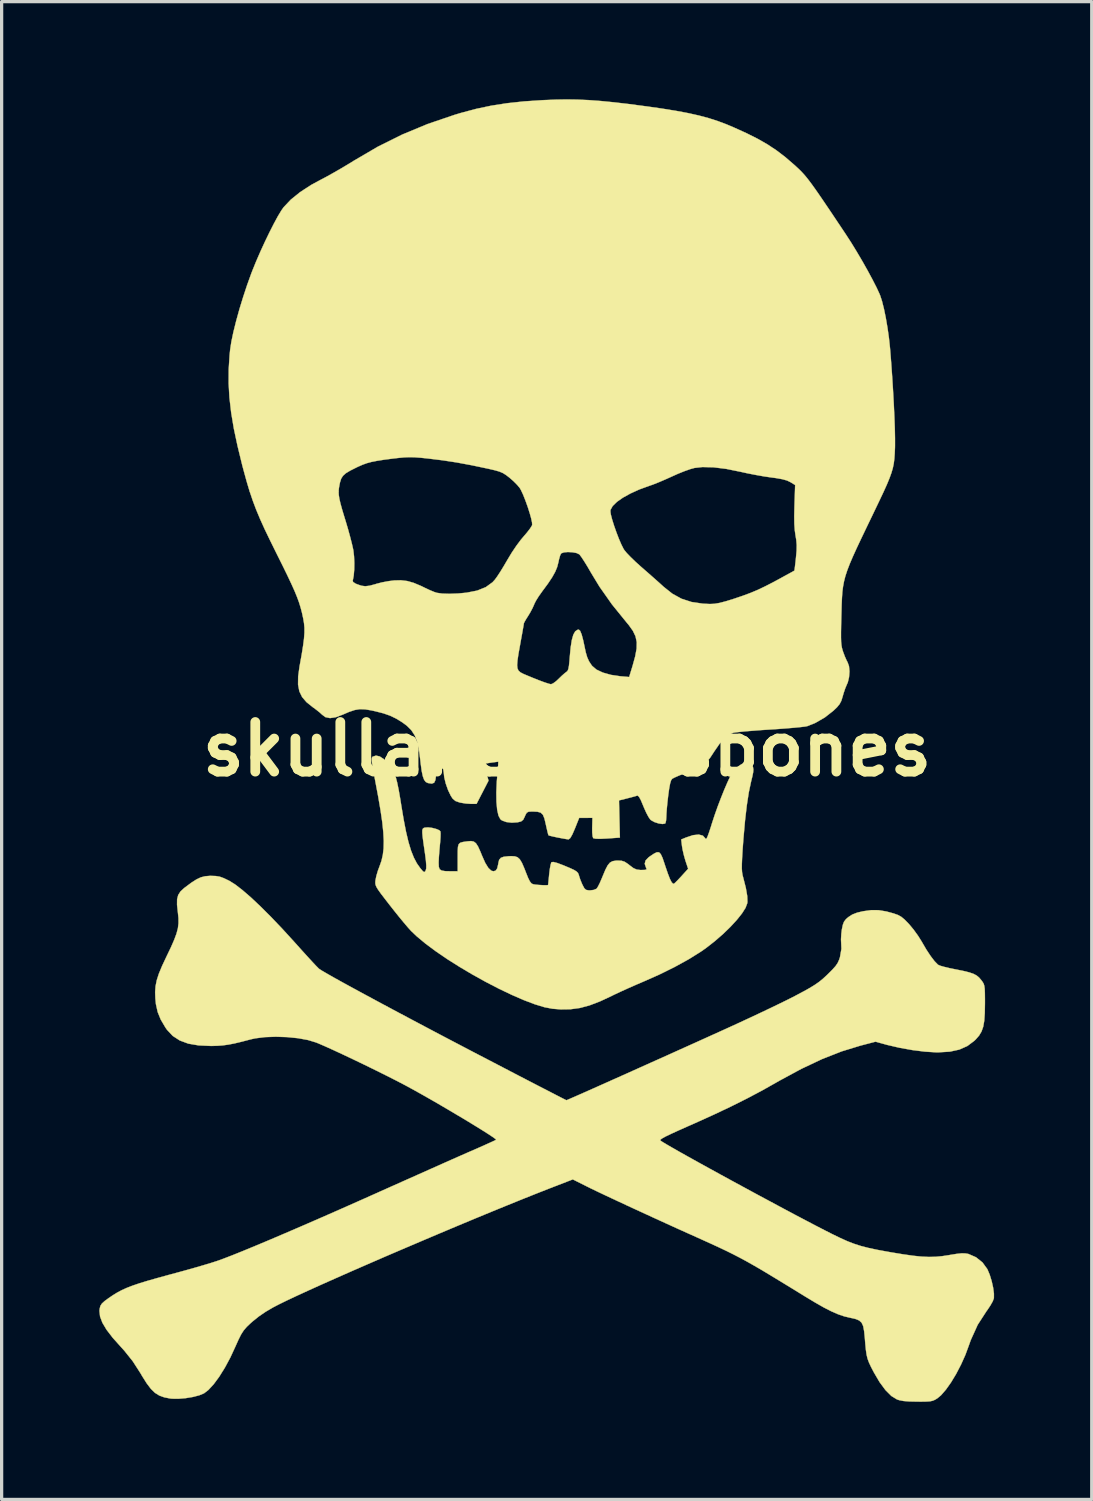
<source format=kicad_pcb>
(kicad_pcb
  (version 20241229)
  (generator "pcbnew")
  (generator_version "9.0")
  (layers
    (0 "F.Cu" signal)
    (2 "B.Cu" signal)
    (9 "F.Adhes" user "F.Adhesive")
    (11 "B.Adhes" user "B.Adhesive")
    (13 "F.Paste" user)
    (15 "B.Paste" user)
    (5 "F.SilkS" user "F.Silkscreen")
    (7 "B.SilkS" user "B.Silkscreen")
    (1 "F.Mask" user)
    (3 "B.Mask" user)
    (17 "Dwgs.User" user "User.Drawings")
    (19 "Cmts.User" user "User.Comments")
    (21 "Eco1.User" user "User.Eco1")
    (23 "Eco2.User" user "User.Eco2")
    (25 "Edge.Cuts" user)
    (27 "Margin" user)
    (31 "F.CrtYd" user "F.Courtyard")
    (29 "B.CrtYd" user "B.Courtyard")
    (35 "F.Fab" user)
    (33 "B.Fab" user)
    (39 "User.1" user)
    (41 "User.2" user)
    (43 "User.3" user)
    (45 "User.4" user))
  (footprint "skullandcrossbones"
    (layer "F.Cu")
    (at 14.372 19.966)
    (property "Reference" "skullandcrossbones" (at 0 0 0) (layer "F.SilkS") (effects (font (size 1.524 1.524) (thickness 0.3))))
    (attr through_hole)
    (fp_poly (pts (xy -5.756 0.223) (xy -5.618 0.314) (xy -5.547 0.377) (xy -5.459 0.468) (xy -5.386 0.567) (xy -5.324 0.684) (xy -5.271 0.831) (xy -5.222 1.018) (xy -5.173 1.256) (xy -5.121 1.556) (xy -5.097 1.711) (xy -5.022 2.158) (xy -4.949 2.535) (xy -4.874 2.851) (xy -4.795 3.113) (xy -4.709 3.329) (xy -4.615 3.508) (xy -4.509 3.658) (xy -4.499 3.67) (xy -4.429 3.751) (xy -4.389 3.776) (xy -4.361 3.754) (xy -4.344 3.724) (xy -4.328 3.667) (xy -4.326 3.572) (xy -4.337 3.427) (xy -4.363 3.222) (xy -4.378 3.121) (xy -4.413 2.876) (xy -4.437 2.697) (xy -4.448 2.574) (xy -4.448 2.494) (xy -4.435 2.448) (xy -4.41 2.424) (xy -4.372 2.41) (xy -4.37 2.41) (xy -4.271 2.403) (xy -4.147 2.418) (xy -4.024 2.45) (xy -3.929 2.49) (xy -3.892 2.525) (xy -3.886 2.588) (xy -3.889 2.707) (xy -3.9 2.862) (xy -3.908 2.942) (xy -3.925 3.131) (xy -3.939 3.317) (xy -3.946 3.468) (xy -3.946 3.503) (xy -3.941 3.616) (xy -3.915 3.689) (xy -3.854 3.729) (xy -3.745 3.747) (xy -3.571 3.751) (xy -3.566 3.751) (xy -3.361 3.751) (xy -3.361 3.326) (xy -3.36 3.132) (xy -3.353 3.002) (xy -3.331 2.921) (xy -3.284 2.876) (xy -3.204 2.852) (xy -3.083 2.834) (xy -3.058 2.831) (xy -2.95 2.823) (xy -2.867 2.839) (xy -2.8 2.89) (xy -2.737 2.987) (xy -2.667 3.14) (xy -2.617 3.263) (xy -2.515 3.493) (xy -2.419 3.648) (xy -2.329 3.733) (xy -2.262 3.751) (xy -2.193 3.731) (xy -2.147 3.662) (xy -2.116 3.531) (xy -2.112 3.499) (xy -2.088 3.401) (xy -2.037 3.339) (xy -1.946 3.305) (xy -1.799 3.289) (xy -1.716 3.286) (xy -1.607 3.292) (xy -1.523 3.32) (xy -1.453 3.383) (xy -1.387 3.492) (xy -1.315 3.658) (xy -1.268 3.779) (xy -1.199 3.952) (xy -1.144 4.062) (xy -1.094 4.124) (xy -1.048 4.148) (xy -0.973 4.161) (xy -0.864 4.171) (xy -0.746 4.178) (xy -0.645 4.18) (xy -0.588 4.175) (xy -0.584 4.171) (xy -0.579 4.131) (xy -0.569 4.031) (xy -0.555 3.891) (xy -0.55 3.837) (xy -0.531 3.683) (xy -0.508 3.557) (xy -0.486 3.482) (xy -0.479 3.473) (xy -0.424 3.465) (xy -0.306 3.495) (xy -0.123 3.564) (xy -0.093 3.576) (xy 0.09 3.653) (xy 0.213 3.71) (xy 0.289 3.757) (xy 0.334 3.803) (xy 0.358 3.857) (xy 0.37 3.9) (xy 0.403 4.001) (xy 0.455 4.128) (xy 0.475 4.171) (xy 0.529 4.273) (xy 0.583 4.322) (xy 0.661 4.337) (xy 0.704 4.338) (xy 0.817 4.324) (xy 0.901 4.289) (xy 0.91 4.282) (xy 0.949 4.221) (xy 1.006 4.108) (xy 1.069 3.962) (xy 1.094 3.901) (xy 1.177 3.703) (xy 1.247 3.569) (xy 1.317 3.485) (xy 1.398 3.441) (xy 1.502 3.424) (xy 1.552 3.422) (xy 1.673 3.428) (xy 1.769 3.459) (xy 1.873 3.528) (xy 1.92 3.566) (xy 2.038 3.654) (xy 2.138 3.698) (xy 2.251 3.712) (xy 2.282 3.712) (xy 2.391 3.709) (xy 2.437 3.696) (xy 2.437 3.662) (xy 2.424 3.637) (xy 2.385 3.521) (xy 2.41 3.421) (xy 2.504 3.323) (xy 2.552 3.288) (xy 2.672 3.208) (xy 2.76 3.166) (xy 2.825 3.169) (xy 2.878 3.224) (xy 2.931 3.337) (xy 2.992 3.516) (xy 3.015 3.587) (xy 3.095 3.821) (xy 3.159 3.986) (xy 3.211 4.087) (xy 3.255 4.132) (xy 3.283 4.134) (xy 3.321 4.101) (xy 3.396 4.026) (xy 3.494 3.922) (xy 3.515 3.899) (xy 3.719 3.674) (xy 3.636 3.426) (xy 3.588 3.258) (xy 3.548 3.083) (xy 3.53 2.976) (xy 3.506 2.775) (xy 3.65 2.715) (xy 3.868 2.642) (xy 4.044 2.623) (xy 4.172 2.657) (xy 4.245 2.739) (xy 4.263 2.76) (xy 4.286 2.743) (xy 4.317 2.679) (xy 4.36 2.56) (xy 4.42 2.378) (xy 4.45 2.28) (xy 4.533 2.027) (xy 4.627 1.761) (xy 4.728 1.497) (xy 4.829 1.245) (xy 4.926 1.02) (xy 5.013 0.834) (xy 5.085 0.698) (xy 5.13 0.634) (xy 5.211 0.563) (xy 5.322 0.485) (xy 5.44 0.413) (xy 5.539 0.364) (xy 5.587 0.352) (xy 5.629 0.384) (xy 5.678 0.465) (xy 5.688 0.489) (xy 5.713 0.558) (xy 5.723 0.626) (xy 5.716 0.713) (xy 5.691 0.837) (xy 5.65 1.006) (xy 5.582 1.327) (xy 5.521 1.725) (xy 5.466 2.199) (xy 5.417 2.749) (xy 5.392 3.087) (xy 5.377 3.338) (xy 5.369 3.526) (xy 5.368 3.667) (xy 5.375 3.777) (xy 5.391 3.871) (xy 5.411 3.947) (xy 5.491 4.261) (xy 5.534 4.511) (xy 5.54 4.694) (xy 5.534 4.736) (xy 5.481 4.876) (xy 5.371 5.049) (xy 5.213 5.246) (xy 5.017 5.459) (xy 4.791 5.678) (xy 4.544 5.893) (xy 4.285 6.096) (xy 4.123 6.211) (xy 3.747 6.447) (xy 3.312 6.687) (xy 2.835 6.923) (xy 2.364 7.132) (xy 2.123 7.235) (xy 1.874 7.345) (xy 1.64 7.451) (xy 1.444 7.543) (xy 1.368 7.581) (xy 1.006 7.75) (xy 0.686 7.872) (xy 0.391 7.951) (xy 0.102 7.99) (xy -0.197 7.994) (xy -0.449 7.974) (xy -0.695 7.927) (xy -0.991 7.837) (xy -1.329 7.709) (xy -1.699 7.548) (xy -2.091 7.361) (xy -2.495 7.152) (xy -2.901 6.927) (xy -3.299 6.691) (xy -3.681 6.45) (xy -4.035 6.208) (xy -4.352 5.972) (xy -4.622 5.747) (xy -4.794 5.583) (xy -4.884 5.483) (xy -5.01 5.335) (xy -5.159 5.155) (xy -5.318 4.956) (xy -5.451 4.787) (xy -5.609 4.583) (xy -5.726 4.43) (xy -5.806 4.317) (xy -5.856 4.235) (xy -5.883 4.171) (xy -5.892 4.116) (xy -5.89 4.058) (xy -5.886 4.025) (xy -5.86 3.895) (xy -5.812 3.732) (xy -5.761 3.595) (xy -5.702 3.428) (xy -5.661 3.248) (xy -5.637 3.048) (xy -5.632 2.819) (xy -5.646 2.553) (xy -5.678 2.243) (xy -5.731 1.881) (xy -5.803 1.459) (xy -5.889 1.003) (xy -5.938 0.743) (xy -5.973 0.549) (xy -5.994 0.412) (xy -6.001 0.32) (xy -5.997 0.266) (xy -5.983 0.237) (xy -5.976 0.232) (xy -5.871 0.197) (xy -5.756 0.223)) (stroke (width 0.01) (type solid)) (fill yes) (layer "F.SilkS"))
    (fp_poly (pts (xy -10.791 3.897) (xy -10.672 3.917) (xy -10.548 3.962) (xy -10.39 4.038) (xy -10.381 4.042) (xy -10.201 4.154) (xy -9.979 4.325) (xy -9.718 4.55) (xy -9.424 4.827) (xy -9.101 5.149) (xy -8.752 5.515) (xy -8.383 5.919) (xy -8.329 5.979) (xy -8.148 6.181) (xy -7.981 6.365) (xy -7.836 6.523) (xy -7.722 6.645) (xy -7.645 6.724) (xy -7.618 6.749) (xy -7.53 6.806) (xy -7.377 6.895) (xy -7.165 7.016) (xy -6.897 7.165) (xy -6.579 7.339) (xy -6.216 7.536) (xy -5.812 7.754) (xy -5.372 7.99) (xy -4.902 8.24) (xy -4.404 8.504) (xy -3.886 8.778) (xy -3.35 9.059) (xy -2.825 9.334) (xy -2.392 9.559) (xy -1.979 9.774) (xy -1.592 9.976) (xy -1.235 10.161) (xy -0.913 10.328) (xy -0.633 10.472) (xy -0.399 10.593) (xy -0.217 10.687) (xy -0.091 10.751) (xy -0.027 10.782) (xy -0.02 10.785) (xy 0.019 10.77) (xy 0.124 10.724) (xy 0.289 10.652) (xy 0.507 10.556) (xy 0.773 10.438) (xy 1.08 10.301) (xy 1.424 10.147) (xy 1.798 9.98) (xy 2.196 9.801) (xy 2.612 9.614) (xy 3.041 9.422) (xy 3.477 9.225) (xy 3.913 9.029) (xy 4.344 8.834) (xy 4.764 8.644) (xy 4.885 8.589) (xy 5.235 8.429) (xy 5.591 8.264) (xy 5.94 8.1) (xy 6.27 7.943) (xy 6.568 7.799) (xy 6.821 7.674) (xy 7.015 7.575) (xy 7.024 7.57) (xy 7.272 7.438) (xy 7.465 7.33) (xy 7.617 7.236) (xy 7.743 7.148) (xy 7.857 7.055) (xy 7.975 6.947) (xy 8.008 6.915) (xy 8.152 6.771) (xy 8.25 6.661) (xy 8.314 6.566) (xy 8.358 6.468) (xy 8.383 6.392) (xy 8.428 6.134) (xy 8.422 5.985) (xy 8.415 5.844) (xy 8.425 5.67) (xy 8.441 5.541) (xy 8.472 5.394) (xy 8.509 5.298) (xy 8.567 5.223) (xy 8.639 5.16) (xy 8.762 5.08) (xy 8.912 5.022) (xy 9.095 4.979) (xy 9.341 4.945) (xy 9.569 4.946) (xy 9.809 4.986) (xy 10.03 5.046) (xy 10.16 5.092) (xy 10.264 5.148) (xy 10.365 5.231) (xy 10.487 5.356) (xy 10.508 5.378) (xy 10.645 5.543) (xy 10.785 5.737) (xy 10.899 5.919) (xy 10.907 5.934) (xy 11.037 6.157) (xy 11.167 6.354) (xy 11.286 6.51) (xy 11.386 6.613) (xy 11.405 6.628) (xy 11.47 6.655) (xy 11.594 6.69) (xy 11.758 6.729) (xy 11.922 6.762) (xy 12.167 6.811) (xy 12.35 6.856) (xy 12.483 6.901) (xy 12.581 6.953) (xy 12.658 7.017) (xy 12.724 7.095) (xy 12.768 7.155) (xy 12.799 7.209) (xy 12.818 7.273) (xy 12.83 7.362) (xy 12.835 7.49) (xy 12.837 7.673) (xy 12.837 7.812) (xy 12.832 8.109) (xy 12.816 8.342) (xy 12.784 8.526) (xy 12.732 8.673) (xy 12.657 8.799) (xy 12.554 8.917) (xy 12.507 8.962) (xy 12.297 9.119) (xy 12.052 9.228) (xy 11.76 9.292) (xy 11.413 9.313) (xy 11.332 9.313) (xy 10.993 9.292) (xy 10.611 9.244) (xy 10.214 9.173) (xy 9.83 9.084) (xy 9.769 9.067) (xy 9.476 8.986) (xy 9.009 9.108) (xy 8.437 9.283) (xy 7.834 9.52) (xy 7.196 9.821) (xy 6.52 10.186) (xy 6.428 10.239) (xy 5.988 10.487) (xy 5.529 10.73) (xy 5.039 10.975) (xy 4.505 11.228) (xy 3.913 11.496) (xy 3.704 11.588) (xy 3.414 11.717) (xy 3.191 11.819) (xy 3.029 11.897) (xy 2.924 11.955) (xy 2.87 11.994) (xy 2.862 12.018) (xy 2.864 12.02) (xy 2.922 12.061) (xy 3.043 12.134) (xy 3.22 12.237) (xy 3.446 12.366) (xy 3.715 12.517) (xy 4.021 12.687) (xy 4.356 12.872) (xy 4.714 13.069) (xy 5.09 13.274) (xy 5.475 13.483) (xy 5.864 13.694) (xy 6.25 13.901) (xy 6.626 14.103) (xy 6.986 14.295) (xy 7.324 14.473) (xy 7.633 14.635) (xy 7.906 14.776) (xy 8.128 14.889) (xy 8.383 15.013) (xy 8.606 15.114) (xy 8.816 15.195) (xy 9.03 15.264) (xy 9.264 15.324) (xy 9.537 15.382) (xy 9.866 15.442) (xy 9.961 15.459) (xy 10.325 15.519) (xy 10.628 15.562) (xy 10.885 15.589) (xy 11.11 15.599) (xy 11.318 15.595) (xy 11.525 15.575) (xy 11.744 15.542) (xy 11.762 15.538) (xy 11.966 15.505) (xy 12.114 15.489) (xy 12.225 15.49) (xy 12.319 15.505) (xy 12.333 15.509) (xy 12.562 15.609) (xy 12.761 15.768) (xy 12.908 15.97) (xy 12.915 15.982) (xy 12.984 16.147) (xy 13.044 16.343) (xy 13.089 16.545) (xy 13.113 16.726) (xy 13.112 16.864) (xy 13.11 16.872) (xy 13.076 16.963) (xy 13.005 17.089) (xy 12.912 17.229) (xy 12.886 17.263) (xy 12.615 17.682) (xy 12.401 18.154) (xy 12.347 18.306) (xy 12.237 18.605) (xy 12.103 18.904) (xy 11.953 19.192) (xy 11.795 19.454) (xy 11.637 19.677) (xy 11.487 19.849) (xy 11.377 19.941) (xy 11.304 19.986) (xy 11.235 20.016) (xy 11.154 20.034) (xy 11.042 20.042) (xy 10.879 20.045) (xy 10.757 20.044) (xy 10.516 20.039) (xy 10.336 20.025) (xy 10.203 19.999) (xy 10.134 19.976) (xy 9.961 19.87) (xy 9.782 19.691) (xy 9.6 19.445) (xy 9.425 19.146) (xy 9.338 18.979) (xy 9.275 18.845) (xy 9.231 18.726) (xy 9.201 18.602) (xy 9.179 18.451) (xy 9.16 18.255) (xy 9.148 18.102) (xy 9.126 17.882) (xy 9.097 17.725) (xy 9.049 17.62) (xy 8.974 17.551) (xy 8.861 17.505) (xy 8.7 17.468) (xy 8.695 17.467) (xy 8.513 17.424) (xy 8.325 17.36) (xy 8.119 17.27) (xy 7.884 17.15) (xy 7.608 16.992) (xy 7.327 16.823) (xy 6.913 16.568) (xy 6.556 16.35) (xy 6.248 16.163) (xy 5.979 16.001) (xy 5.739 15.862) (xy 5.52 15.738) (xy 5.313 15.626) (xy 5.108 15.52) (xy 4.897 15.415) (xy 4.669 15.307) (xy 4.417 15.191) (xy 4.13 15.061) (xy 3.8 14.912) (xy 3.79 14.908) (xy 3.414 14.739) (xy 3.023 14.561) (xy 2.627 14.38) (xy 2.236 14.2) (xy 1.86 14.027) (xy 1.509 13.863) (xy 1.193 13.715) (xy 0.921 13.586) (xy 0.705 13.482) (xy 0.599 13.429) (xy 0.176 13.217) (xy -0.513 13.483) (xy -0.915 13.641) (xy -1.357 13.817) (xy -1.833 14.01) (xy -2.337 14.216) (xy -2.864 14.434) (xy -3.405 14.66) (xy -3.956 14.892) (xy -4.51 15.127) (xy -5.061 15.362) (xy -5.602 15.594) (xy -6.127 15.822) (xy -6.631 16.042) (xy -7.106 16.252) (xy -7.547 16.448) (xy -7.947 16.629) (xy -8.3 16.791) (xy -8.6 16.932) (xy -8.841 17.05) (xy -9.016 17.14) (xy -9.027 17.146) (xy -9.266 17.286) (xy -9.467 17.424) (xy -9.664 17.582) (xy -9.73 17.641) (xy -9.844 17.749) (xy -9.935 17.856) (xy -10.016 17.982) (xy -10.098 18.146) (xy -10.188 18.347) (xy -10.344 18.685) (xy -10.513 18.999) (xy -10.686 19.277) (xy -10.857 19.509) (xy -11.02 19.686) (xy -11.154 19.789) (xy -11.298 19.849) (xy -11.493 19.9) (xy -11.715 19.937) (xy -11.938 19.956) (xy -12.135 19.954) (xy -12.192 19.948) (xy -12.376 19.912) (xy -12.528 19.857) (xy -12.661 19.774) (xy -12.786 19.652) (xy -12.915 19.482) (xy -13.059 19.253) (xy -13.112 19.162) (xy -13.345 18.801) (xy -13.606 18.475) (xy -13.711 18.359) (xy -13.961 18.08) (xy -14.149 17.835) (xy -14.276 17.621) (xy -14.348 17.429) (xy -14.367 17.255) (xy -14.359 17.185) (xy -14.337 17.102) (xy -14.292 17.032) (xy -14.209 16.956) (xy -14.081 16.862) (xy -13.947 16.771) (xy -13.816 16.691) (xy -13.68 16.619) (xy -13.53 16.551) (xy -13.355 16.483) (xy -13.147 16.412) (xy -12.896 16.335) (xy -12.593 16.249) (xy -12.23 16.149) (xy -11.977 16.081) (xy -11.704 16.006) (xy -11.427 15.928) (xy -11.166 15.852) (xy -10.94 15.784) (xy -10.769 15.729) (xy -10.754 15.724) (xy -10.554 15.652) (xy -10.289 15.55) (xy -9.963 15.419) (xy -9.581 15.261) (xy -9.149 15.08) (xy -8.671 14.876) (xy -8.153 14.653) (xy -7.599 14.412) (xy -7.016 14.156) (xy -6.407 13.886) (xy -5.779 13.606) (xy -5.778 13.605) (xy -5.371 13.423) (xy -4.963 13.241) (xy -4.564 13.063) (xy -4.183 12.893) (xy -3.831 12.736) (xy -3.516 12.596) (xy -3.247 12.477) (xy -3.036 12.384) (xy -2.95 12.347) (xy -2.726 12.249) (xy -2.526 12.16) (xy -2.362 12.086) (xy -2.244 12.032) (xy -2.185 12.002) (xy -2.18 11.999) (xy -2.203 11.973) (xy -2.286 11.913) (xy -2.422 11.823) (xy -2.602 11.709) (xy -2.818 11.575) (xy -3.062 11.426) (xy -3.328 11.267) (xy -3.606 11.102) (xy -3.888 10.936) (xy -4.168 10.774) (xy -4.437 10.621) (xy -4.687 10.481) (xy -4.91 10.359) (xy -4.988 10.317) (xy -5.257 10.177) (xy -5.561 10.023) (xy -5.889 9.86) (xy -6.228 9.694) (xy -6.565 9.532) (xy -6.888 9.379) (xy -7.183 9.242) (xy -7.44 9.126) (xy -7.644 9.038) (xy -7.707 9.012) (xy -7.96 8.935) (xy -8.266 8.879) (xy -8.604 8.845) (xy -8.951 8.834) (xy -9.285 8.846) (xy -9.584 8.884) (xy -9.714 8.913) (xy -9.998 8.987) (xy -10.224 9.041) (xy -10.412 9.077) (xy -10.58 9.1) (xy -10.744 9.112) (xy -10.923 9.117) (xy -10.942 9.117) (xy -11.32 9.1) (xy -11.637 9.046) (xy -11.899 8.949) (xy -12.115 8.809) (xy -12.292 8.62) (xy -12.343 8.546) (xy -12.486 8.302) (xy -12.578 8.074) (xy -12.632 7.831) (xy -12.649 7.659) (xy -12.656 7.463) (xy -12.643 7.282) (xy -12.606 7.098) (xy -12.541 6.896) (xy -12.443 6.66) (xy -12.309 6.375) (xy -12.305 6.366) (xy -12.169 6.083) (xy -12.069 5.853) (xy -11.999 5.664) (xy -11.956 5.499) (xy -11.938 5.346) (xy -11.939 5.19) (xy -11.957 5.016) (xy -11.958 5.009) (xy -11.983 4.781) (xy -11.981 4.61) (xy -11.947 4.48) (xy -11.877 4.371) (xy -11.766 4.268) (xy -11.74 4.248) (xy -11.543 4.101) (xy -11.386 4.001) (xy -11.251 3.937) (xy -11.12 3.904) (xy -10.977 3.892) (xy -10.937 3.892) (xy -10.791 3.897)) (stroke (width 0.01) (type solid)) (fill yes) (layer "F.SilkS"))
    (fp_poly (pts (xy 0.312 -19.956) (xy 0.656 -19.941) (xy 1.025 -19.914) (xy 1.432 -19.874) (xy 1.889 -19.821) (xy 2.41 -19.752) (xy 2.423 -19.751) (xy 2.917 -19.68) (xy 3.345 -19.611) (xy 3.718 -19.541) (xy 4.049 -19.467) (xy 4.348 -19.387) (xy 4.628 -19.297) (xy 4.9 -19.195) (xy 5.119 -19.102) (xy 5.52 -18.92) (xy 5.862 -18.748) (xy 6.162 -18.576) (xy 6.436 -18.394) (xy 6.7 -18.192) (xy 6.972 -17.958) (xy 7.023 -17.912) (xy 7.104 -17.837) (xy 7.179 -17.764) (xy 7.252 -17.687) (xy 7.329 -17.599) (xy 7.412 -17.495) (xy 7.508 -17.368) (xy 7.62 -17.212) (xy 7.753 -17.021) (xy 7.911 -16.789) (xy 8.099 -16.511) (xy 8.321 -16.179) (xy 8.57 -15.806) (xy 8.731 -15.557) (xy 8.9 -15.281) (xy 9.071 -14.991) (xy 9.234 -14.702) (xy 9.381 -14.429) (xy 9.505 -14.187) (xy 9.596 -13.991) (xy 9.618 -13.938) (xy 9.675 -13.764) (xy 9.734 -13.529) (xy 9.791 -13.251) (xy 9.843 -12.948) (xy 9.887 -12.638) (xy 9.919 -12.339) (xy 9.922 -12.309) (xy 9.956 -11.88) (xy 9.987 -11.443) (xy 10.014 -11.012) (xy 10.037 -10.596) (xy 10.055 -10.208) (xy 10.068 -9.859) (xy 10.074 -9.56) (xy 10.074 -9.324) (xy 10.073 -9.261) (xy 10.065 -9.079) (xy 10.054 -8.922) (xy 10.036 -8.778) (xy 10.007 -8.637) (xy 9.964 -8.489) (xy 9.904 -8.324) (xy 9.824 -8.13) (xy 9.719 -7.898) (xy 9.586 -7.617) (xy 9.423 -7.277) (xy 9.419 -7.268) (xy 9.215 -6.845) (xy 9.042 -6.484) (xy 8.897 -6.177) (xy 8.778 -5.915) (xy 8.682 -5.69) (xy 8.607 -5.494) (xy 8.549 -5.318) (xy 8.507 -5.153) (xy 8.477 -4.992) (xy 8.456 -4.826) (xy 8.444 -4.646) (xy 8.435 -4.445) (xy 8.429 -4.213) (xy 8.426 -4.117) (xy 8.419 -3.824) (xy 8.415 -3.597) (xy 8.415 -3.425) (xy 8.419 -3.294) (xy 8.429 -3.193) (xy 8.444 -3.111) (xy 8.465 -3.035) (xy 8.481 -2.986) (xy 8.533 -2.848) (xy 8.586 -2.728) (xy 8.617 -2.67) (xy 8.66 -2.552) (xy 8.675 -2.39) (xy 8.662 -2.214) (xy 8.624 -2.054) (xy 8.6 -1.999) (xy 8.548 -1.877) (xy 8.495 -1.721) (xy 8.466 -1.62) (xy 8.426 -1.489) (xy 8.373 -1.387) (xy 8.292 -1.288) (xy 8.179 -1.18) (xy 7.916 -0.974) (xy 7.624 -0.806) (xy 7.386 -0.71) (xy 7.31 -0.695) (xy 7.168 -0.678) (xy 6.973 -0.659) (xy 6.736 -0.639) (xy 6.471 -0.619) (xy 6.252 -0.605) (xy 5.972 -0.587) (xy 5.71 -0.567) (xy 5.478 -0.548) (xy 5.29 -0.529) (xy 5.157 -0.513) (xy 5.101 -0.503) (xy 4.965 -0.442) (xy 4.826 -0.33) (xy 4.678 -0.158) (xy 4.514 0.08) (xy 4.482 0.13) (xy 4.39 0.269) (xy 4.298 0.378) (xy 4.194 0.469) (xy 4.061 0.55) (xy 3.887 0.632) (xy 3.657 0.725) (xy 3.572 0.757) (xy 3.428 0.815) (xy 3.307 0.868) (xy 3.233 0.907) (xy 3.229 0.91) (xy 3.195 0.957) (xy 3.165 1.054) (xy 3.136 1.209) (xy 3.106 1.425) (xy 3.083 1.628) (xy 3.064 1.822) (xy 3.052 1.984) (xy 3.048 2.077) (xy 3.041 2.191) (xy 3.023 2.268) (xy 3.011 2.285) (xy 2.93 2.299) (xy 2.811 2.281) (xy 2.685 2.24) (xy 2.581 2.183) (xy 2.554 2.159) (xy 2.5 2.08) (xy 2.431 1.95) (xy 2.361 1.793) (xy 2.337 1.735) (xy 2.266 1.566) (xy 2.211 1.465) (xy 2.168 1.426) (xy 2.153 1.427) (xy 2.088 1.447) (xy 1.974 1.478) (xy 1.846 1.511) (xy 1.595 1.574) (xy 1.608 2.145) (xy 1.622 2.716) (xy 1.231 2.744) (xy 1.024 2.754) (xy 0.88 2.751) (xy 0.806 2.735) (xy 0.802 2.732) (xy 0.783 2.675) (xy 0.772 2.564) (xy 0.77 2.42) (xy 0.771 2.401) (xy 0.779 2.11) (xy 0.371 2.111) (xy 0.238 2.443) (xy 0.16 2.622) (xy 0.098 2.73) (xy 0.049 2.77) (xy 0.043 2.771) (xy -0.025 2.762) (xy -0.145 2.741) (xy -0.288 2.714) (xy -0.423 2.685) (xy -0.524 2.661) (xy -0.571 2.646) (xy -0.571 2.646) (xy -0.585 2.604) (xy -0.61 2.504) (xy -0.642 2.364) (xy -0.654 2.308) (xy -0.696 2.13) (xy -0.743 2.015) (xy -0.81 1.95) (xy -0.911 1.922) (xy -1.061 1.915) (xy -1.071 1.915) (xy -1.179 1.92) (xy -1.239 1.951) (xy -1.282 2.026) (xy -1.298 2.067) (xy -1.348 2.168) (xy -1.413 2.22) (xy -1.519 2.246) (xy -1.699 2.258) (xy -1.868 2.238) (xy -2 2.19) (xy -2.049 2.152) (xy -2.108 2.041) (xy -2.148 1.861) (xy -2.17 1.62) (xy -2.174 1.326) (xy -2.159 0.985) (xy -2.125 0.605) (xy -2.124 0.592) (xy -2.1 0.382) (xy -2.31 0.41) (xy -2.429 0.428) (xy -2.512 0.444) (xy -2.535 0.452) (xy -2.533 0.494) (xy -2.514 0.589) (xy -2.482 0.716) (xy -2.414 0.967) (xy -2.598 1.324) (xy -2.782 1.68) (xy -2.956 1.68) (xy -3.112 1.67) (xy -3.275 1.643) (xy -3.305 1.636) (xy -3.429 1.592) (xy -3.514 1.521) (xy -3.573 1.431) (xy -3.657 1.256) (xy -3.728 1.055) (xy -3.775 0.859) (xy -3.79 0.716) (xy -3.807 0.613) (xy -3.849 0.58) (xy -3.936 0.572) (xy -3.957 0.571) (xy -3.991 0.606) (xy -4.016 0.717) (xy -4.025 0.801) (xy -4.046 0.949) (xy -4.085 1.031) (xy -4.156 1.058) (xy -4.269 1.041) (xy -4.275 1.04) (xy -4.34 1.008) (xy -4.392 0.941) (xy -4.433 0.829) (xy -4.468 0.663) (xy -4.499 0.432) (xy -4.51 0.33) (xy -4.551 0.019) (xy -4.606 -0.228) (xy -4.682 -0.425) (xy -4.786 -0.585) (xy -4.924 -0.722) (xy -5.064 -0.825) (xy -5.251 -0.94) (xy -5.436 -1.029) (xy -5.641 -1.101) (xy -5.891 -1.165) (xy -6.014 -1.192) (xy -6.206 -1.224) (xy -6.367 -1.23) (xy -6.523 -1.204) (xy -6.7 -1.145) (xy -6.877 -1.068) (xy -7.103 -0.982) (xy -7.283 -0.955) (xy -7.426 -0.985) (xy -7.529 -1.062) (xy -7.598 -1.126) (xy -7.707 -1.213) (xy -7.819 -1.295) (xy -8.007 -1.446) (xy -8.141 -1.603) (xy -8.226 -1.778) (xy -8.265 -1.985) (xy -8.262 -2.236) (xy -8.22 -2.542) (xy -8.212 -2.584) (xy -1.535 -2.584) (xy -1.525 -2.483) (xy -1.492 -2.412) (xy -1.434 -2.36) (xy -1.35 -2.316) (xy -1.304 -2.296) (xy -1.076 -2.201) (xy -0.869 -2.118) (xy -0.694 -2.053) (xy -0.564 -2.011) (xy -0.495 -1.995) (xy -0.43 -2.021) (xy -0.337 -2.089) (xy -0.258 -2.163) (xy -0.157 -2.261) (xy -0.066 -2.34) (xy -0.021 -2.373) (xy 0.014 -2.405) (xy 0.039 -2.465) (xy 0.058 -2.567) (xy 0.074 -2.727) (xy 0.081 -2.819) (xy 0.109 -3.121) (xy 0.145 -3.351) (xy 0.191 -3.515) (xy 0.249 -3.619) (xy 0.319 -3.667) (xy 0.36 -3.673) (xy 0.401 -3.635) (xy 0.447 -3.524) (xy 0.495 -3.343) (xy 0.529 -3.184) (xy 0.573 -2.975) (xy 0.618 -2.823) (xy 0.672 -2.702) (xy 0.744 -2.593) (xy 0.771 -2.557) (xy 0.902 -2.445) (xy 1.098 -2.353) (xy 1.347 -2.283) (xy 1.637 -2.24) (xy 1.647 -2.239) (xy 1.907 -2.217) (xy 2.011 -2.557) (xy 2.092 -2.851) (xy 2.136 -3.09) (xy 2.14 -3.29) (xy 2.102 -3.468) (xy 2.021 -3.637) (xy 1.894 -3.815) (xy 1.831 -3.89) (xy 1.381 -4.445) (xy 0.998 -4.989) (xy 0.741 -5.412) (xy 0.634 -5.597) (xy 0.533 -5.761) (xy 0.448 -5.891) (xy 0.388 -5.972) (xy 0.373 -5.987) (xy 0.288 -6.027) (xy 0.162 -6.05) (xy 0.024 -6.057) (xy -0.099 -6.046) (xy -0.179 -6.016) (xy -0.187 -6.008) (xy -0.216 -5.945) (xy -0.248 -5.832) (xy -0.269 -5.735) (xy -0.305 -5.595) (xy -0.366 -5.448) (xy -0.459 -5.281) (xy -0.591 -5.083) (xy -0.77 -4.841) (xy -0.771 -4.839) (xy -0.87 -4.7) (xy -0.954 -4.565) (xy -1.007 -4.462) (xy -1.012 -4.446) (xy -1.058 -4.341) (xy -1.13 -4.205) (xy -1.192 -4.102) (xy -1.263 -3.989) (xy -1.312 -3.903) (xy -1.329 -3.864) (xy -1.335 -3.819) (xy -1.354 -3.71) (xy -1.382 -3.55) (xy -1.418 -3.353) (xy -1.448 -3.185) (xy -1.495 -2.924) (xy -1.524 -2.727) (xy -1.535 -2.584) (xy -8.212 -2.584) (xy -8.211 -2.589) (xy -8.152 -2.918) (xy -8.11 -3.183) (xy -8.082 -3.399) (xy -8.069 -3.577) (xy -8.069 -3.73) (xy -8.082 -3.872) (xy -8.107 -4.016) (xy -8.108 -4.023) (xy -8.144 -4.189) (xy -8.185 -4.345) (xy -8.233 -4.502) (xy -8.294 -4.67) (xy -8.371 -4.858) (xy -8.469 -5.076) (xy -8.591 -5.334) (xy -8.741 -5.641) (xy -8.923 -6.006) (xy -9.123 -6.411) (xy -9.292 -6.762) (xy -9.433 -7.074) (xy -9.553 -7.361) (xy -9.657 -7.637) (xy -9.751 -7.916) (xy -9.753 -7.92) (xy -7.019 -7.92) (xy -7.015 -7.817) (xy -6.997 -7.696) (xy -6.962 -7.545) (xy -6.908 -7.35) (xy -6.832 -7.099) (xy -6.8 -6.995) (xy -6.731 -6.762) (xy -6.667 -6.529) (xy -6.613 -6.318) (xy -6.575 -6.151) (xy -6.565 -6.097) (xy -6.545 -5.92) (xy -6.537 -5.719) (xy -6.54 -5.517) (xy -6.555 -5.338) (xy -6.579 -5.208) (xy -6.586 -5.189) (xy -6.576 -5.138) (xy -6.5 -5.087) (xy -6.449 -5.066) (xy -6.318 -5.021) (xy -6.201 -5.006) (xy -6.07 -5.021) (xy -5.901 -5.066) (xy -5.855 -5.081) (xy -5.683 -5.125) (xy -5.479 -5.163) (xy -5.311 -5.184) (xy -5.104 -5.189) (xy -4.911 -5.166) (xy -4.711 -5.109) (xy -4.481 -5.012) (xy -4.357 -4.951) (xy -4.216 -4.885) (xy -4.085 -4.831) (xy -4.005 -4.804) (xy -3.836 -4.78) (xy -3.611 -4.773) (xy -3.348 -4.783) (xy -3.086 -4.808) (xy -2.761 -4.872) (xy -2.498 -4.978) (xy -2.291 -5.128) (xy -2.218 -5.208) (xy -2.146 -5.307) (xy -2.049 -5.455) (xy -1.941 -5.632) (xy -1.833 -5.817) (xy -1.833 -5.817) (xy -1.703 -6.033) (xy -1.559 -6.248) (xy -1.419 -6.435) (xy -1.339 -6.53) (xy -1.229 -6.659) (xy -1.139 -6.776) (xy -1.083 -6.864) (xy -1.073 -6.889) (xy -1.077 -6.966) (xy -1.105 -7.096) (xy -1.152 -7.264) (xy -1.167 -7.31) (xy 1.329 -7.31) (xy 1.344 -7.208) (xy 1.384 -7.054) (xy 1.443 -6.866) (xy 1.514 -6.664) (xy 1.59 -6.466) (xy 1.665 -6.292) (xy 1.731 -6.16) (xy 1.755 -6.121) (xy 1.83 -6.029) (xy 1.95 -5.904) (xy 2.1 -5.759) (xy 2.264 -5.611) (xy 2.296 -5.583) (xy 2.476 -5.426) (xy 2.66 -5.264) (xy 2.829 -5.114) (xy 2.96 -4.995) (xy 2.967 -4.988) (xy 3.234 -4.776) (xy 3.514 -4.622) (xy 3.822 -4.522) (xy 4.175 -4.47) (xy 4.388 -4.46) (xy 4.524 -4.466) (xy 4.683 -4.493) (xy 4.882 -4.545) (xy 5.105 -4.614) (xy 5.387 -4.709) (xy 5.628 -4.798) (xy 5.853 -4.892) (xy 6.082 -5.001) (xy 6.341 -5.134) (xy 6.528 -5.235) (xy 6.695 -5.327) (xy 6.835 -5.403) (xy 6.934 -5.458) (xy 6.98 -5.484) (xy 6.982 -5.485) (xy 6.989 -5.524) (xy 7.002 -5.623) (xy 7.019 -5.767) (xy 7.031 -5.881) (xy 7.051 -6.1) (xy 7.054 -6.274) (xy 7.04 -6.434) (xy 7.019 -6.557) (xy 6.995 -6.724) (xy 6.981 -6.922) (xy 6.978 -7.168) (xy 6.985 -7.477) (xy 6.985 -7.479) (xy 7.006 -8.115) (xy 6.861 -8.204) (xy 6.757 -8.254) (xy 6.614 -8.294) (xy 6.417 -8.329) (xy 6.279 -8.347) (xy 6.059 -8.379) (xy 5.799 -8.425) (xy 5.533 -8.477) (xy 5.334 -8.521) (xy 4.89 -8.611) (xy 4.496 -8.66) (xy 4.157 -8.668) (xy 3.913 -8.64) (xy 3.783 -8.604) (xy 3.607 -8.542) (xy 3.41 -8.463) (xy 3.236 -8.385) (xy 3.034 -8.294) (xy 2.827 -8.205) (xy 2.641 -8.131) (xy 2.52 -8.089) (xy 2.218 -7.979) (xy 1.947 -7.856) (xy 1.714 -7.727) (xy 1.529 -7.597) (xy 1.4 -7.47) (xy 1.335 -7.353) (xy 1.329 -7.31) (xy -1.167 -7.31) (xy -1.212 -7.451) (xy -1.28 -7.639) (xy -1.348 -7.812) (xy -1.413 -7.952) (xy -1.454 -8.025) (xy -1.532 -8.118) (xy -1.646 -8.233) (xy -1.767 -8.339) (xy -1.875 -8.422) (xy -1.97 -8.482) (xy -2.077 -8.528) (xy -2.215 -8.568) (xy -2.408 -8.613) (xy -2.416 -8.615) (xy -2.929 -8.723) (xy -3.393 -8.809) (xy -3.833 -8.876) (xy -4.265 -8.929) (xy -4.503 -8.954) (xy -4.689 -8.968) (xy -4.846 -8.971) (xy -5.001 -8.965) (xy -5.178 -8.948) (xy -5.336 -8.93) (xy -5.615 -8.894) (xy -5.832 -8.86) (xy -6.006 -8.826) (xy -6.152 -8.787) (xy -6.286 -8.738) (xy -6.427 -8.676) (xy -6.468 -8.656) (xy -6.662 -8.559) (xy -6.797 -8.478) (xy -6.885 -8.399) (xy -6.941 -8.31) (xy -6.977 -8.196) (xy -6.991 -8.13) (xy -7.01 -8.021) (xy -7.019 -7.92) (xy -9.753 -7.92) (xy -9.841 -8.214) (xy -9.932 -8.545) (xy -9.979 -8.72) (xy -10.124 -9.314) (xy -10.238 -9.849) (xy -10.32 -10.34) (xy -10.373 -10.798) (xy -10.398 -11.237) (xy -10.396 -11.67) (xy -10.368 -12.109) (xy -10.351 -12.278) (xy -10.314 -12.518) (xy -10.252 -12.814) (xy -10.168 -13.151) (xy -10.067 -13.516) (xy -9.952 -13.891) (xy -9.829 -14.263) (xy -9.702 -14.615) (xy -9.672 -14.693) (xy -9.555 -14.981) (xy -9.424 -15.283) (xy -9.285 -15.586) (xy -9.145 -15.876) (xy -9.01 -16.142) (xy -8.886 -16.371) (xy -8.779 -16.549) (xy -8.712 -16.645) (xy -8.49 -16.881) (xy -8.202 -17.114) (xy -7.86 -17.336) (xy -7.584 -17.485) (xy -7.395 -17.585) (xy -7.164 -17.714) (xy -6.914 -17.858) (xy -6.669 -18.005) (xy -6.552 -18.078) (xy -5.815 -18.509) (xy -5.065 -18.882) (xy -4.285 -19.206) (xy -3.456 -19.488) (xy -3.263 -19.546) (xy -2.799 -19.67) (xy -2.331 -19.769) (xy -1.845 -19.845) (xy -1.323 -19.901) (xy -0.75 -19.939) (xy -0.352 -19.955) (xy -0.02 -19.961) (xy 0.312 -19.956)) (stroke (width 0.01) (type solid)) (fill yes) (layer "F.SilkS")))
  (gr_rect
    (start -3 -3)
    (end 30.49 43.015)
    (stroke (width 0.1) (type default))
    (fill no)
    (layer "Edge.Cuts")))
</source>
